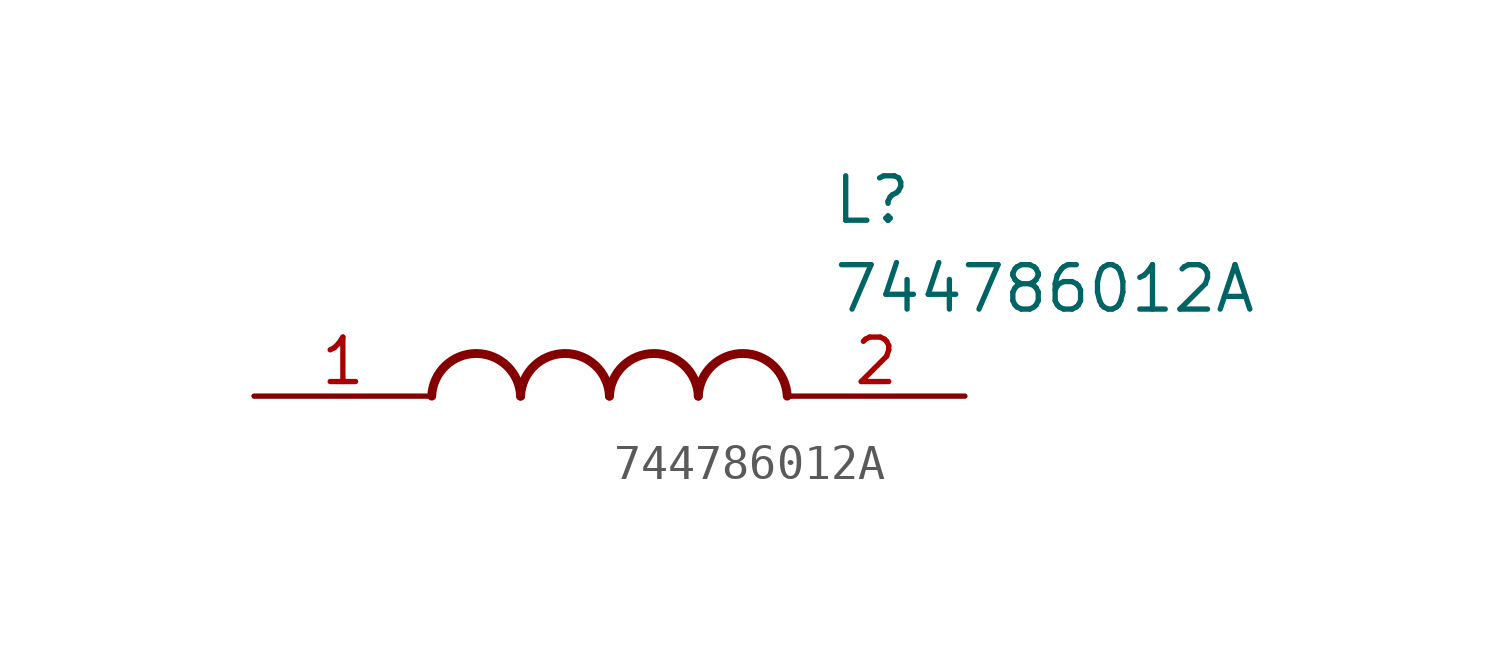
<source format=kicad_sym>
(kicad_symbol_lib
  (version 20211014)
  (generator SamacSys_ECAD_Model)
  (symbol "744786012A"
    (pin_names hide)
    (property "Reference" "L"
      (at 16.51 6.35 0)
      (effects (font (size 1.27 1.27)) (justify left top)))
    (property "Value" "744786012A"
      (at 16.51 3.81 0)
      (effects (font (size 1.27 1.27)) (justify left top)))
    (arc
      (start 7.62 0)
      (mid 6.35 1.219)
      (end 5.08 0)
      (stroke (width 0.254) (type default))
      (fill (type none)))
    (arc
      (start 10.16 0)
      (mid 8.89 1.219)
      (end 7.62 0)
      (stroke (width 0.254) (type default))
      (fill (type none)))
    (arc
      (start 12.7 0)
      (mid 11.43 1.219)
      (end 10.16 0)
      (stroke (width 0.254) (type default))
      (fill (type none)))
    (arc
      (start 15.24 0)
      (mid 13.97 1.219)
      (end 12.7 0)
      (stroke (width 0.254) (type default))
      (fill (type none)))
    (pin passive line
      (at 0 0 0)
      (length 5.08)
      (name "1" (effects (font (size 1.27 1.27))))
      (number "1" (effects (font (size 1.27 1.27)))))
    (pin passive line
      (at 20.32 0 180)
      (length 5.08)
      (name "2" (effects (font (size 1.27 1.27))))
      (number "2" (effects (font (size 1.27 1.27)))))))
</source>
